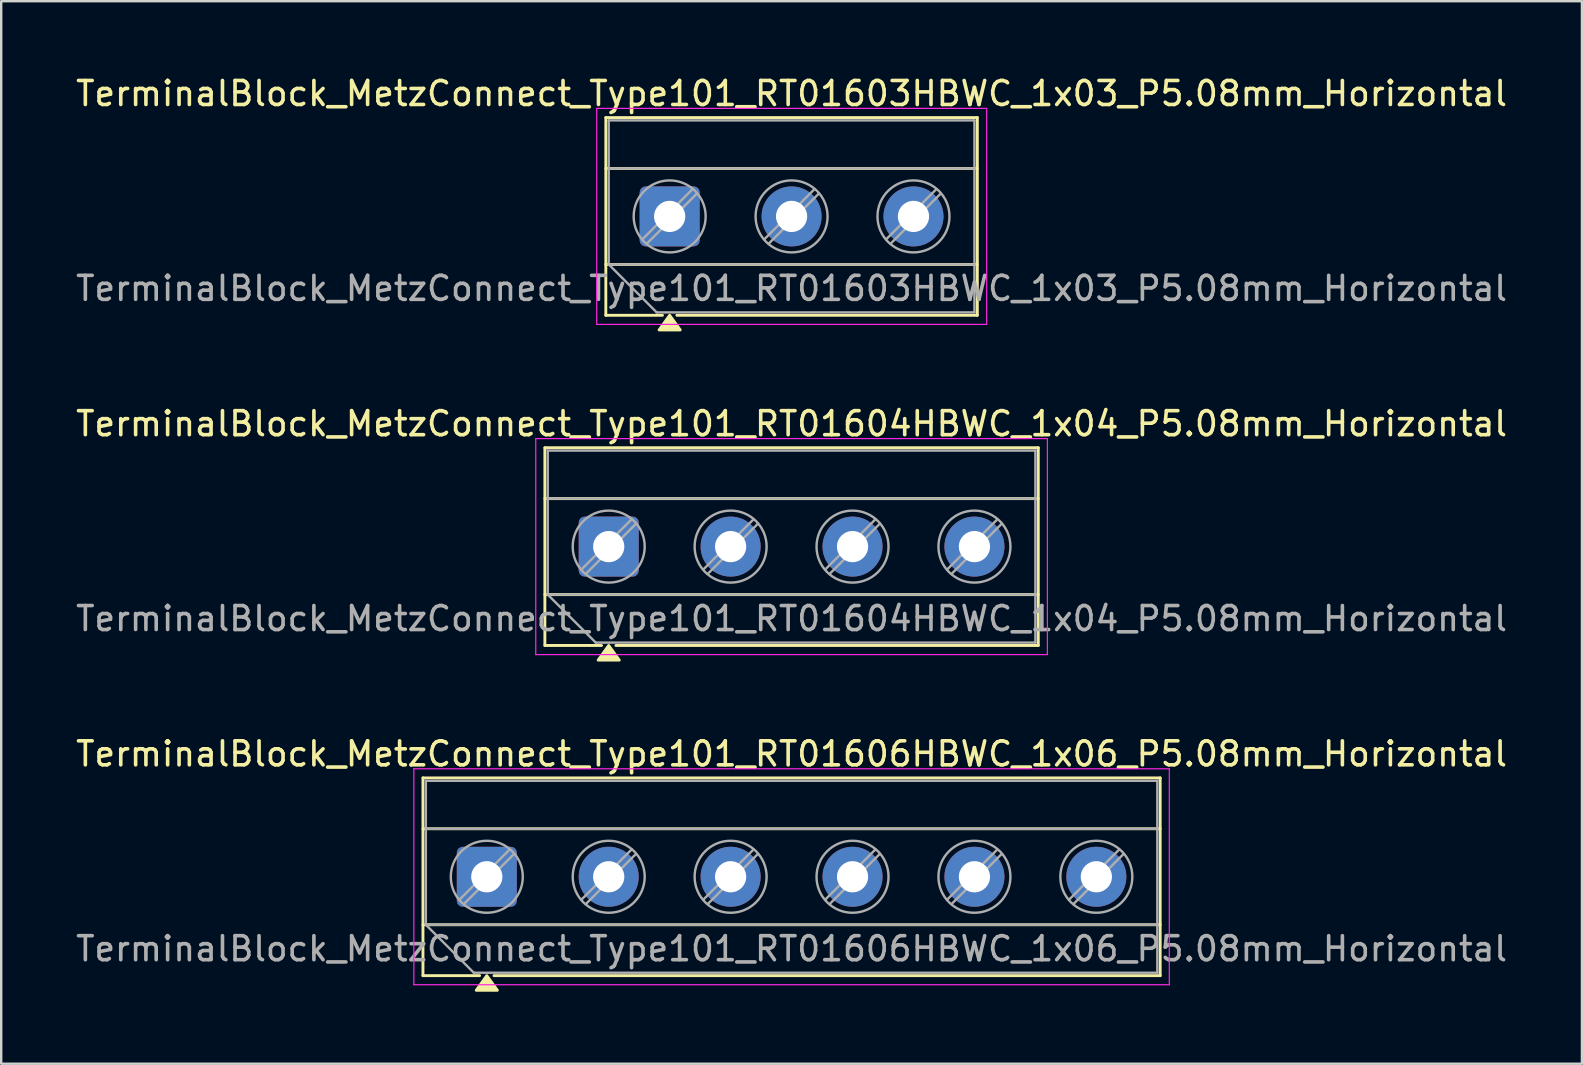
<source format=kicad_pcb>
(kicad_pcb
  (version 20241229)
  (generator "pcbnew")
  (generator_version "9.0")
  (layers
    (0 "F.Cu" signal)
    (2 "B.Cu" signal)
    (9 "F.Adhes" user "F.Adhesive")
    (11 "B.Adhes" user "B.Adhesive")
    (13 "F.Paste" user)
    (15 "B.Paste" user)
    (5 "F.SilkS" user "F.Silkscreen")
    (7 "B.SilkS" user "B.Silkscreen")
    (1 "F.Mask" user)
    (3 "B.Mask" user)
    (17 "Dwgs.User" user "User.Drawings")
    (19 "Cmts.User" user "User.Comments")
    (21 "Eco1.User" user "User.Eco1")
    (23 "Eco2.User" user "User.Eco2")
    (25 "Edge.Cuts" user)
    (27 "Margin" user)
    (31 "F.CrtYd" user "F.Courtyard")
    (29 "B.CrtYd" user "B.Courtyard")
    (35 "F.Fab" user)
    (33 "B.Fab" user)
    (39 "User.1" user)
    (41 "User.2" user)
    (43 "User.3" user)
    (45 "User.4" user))
  (footprint "TerminalBlock_MetzConnect_Type101_RT01604HBWC_1x04_P5.08mm_Horizontal"
    (layer "F.Cu")
    (at 22.315 19.727)
    (property "Reference" "TerminalBlock_MetzConnect_Type101_RT01604HBWC_1x04_P5.08mm_Horizontal" (at 7.62 -5.12 0) (layer "F.SilkS") (effects (font (size 1 1) (thickness 0.15))))
    (attr through_hole)
    (fp_line (start -2.66 -4.12) (end -2.66 4.12) (stroke (width 0.12) (type solid)) (layer "F.SilkS"))
    (fp_line (start -2.66 -4.12) (end 17.9 -4.12) (stroke (width 0.12) (type solid)) (layer "F.SilkS"))
    (fp_line (start -2.66 -2) (end 17.9 -2) (stroke (width 0.12) (type solid)) (layer "F.SilkS"))
    (fp_line (start -2.66 2) (end 17.9 2) (stroke (width 0.12) (type solid)) (layer "F.SilkS"))
    (fp_line (start -2.66 4.12) (end -0.3 4.12) (stroke (width 0.12) (type solid)) (layer "F.SilkS"))
    (fp_line (start 0.3 4.12) (end 17.9 4.12) (stroke (width 0.12) (type solid)) (layer "F.SilkS"))
    (fp_line (start 17.9 -4.12) (end 17.9 4.12) (stroke (width 0.12) (type solid)) (layer "F.SilkS"))
    (fp_poly (pts (xy 0 4.12) (xy 0.44 4.73) (xy -0.44 4.73)) (stroke (width 0.12) (type solid)) (fill yes) (layer "F.SilkS"))
    (fp_line (start -3.04 -4.5) (end -3.04 4.5) (stroke (width 0.05) (type solid)) (layer "F.CrtYd"))
    (fp_line (start -3.04 4.5) (end 18.28 4.5) (stroke (width 0.05) (type solid)) (layer "F.CrtYd"))
    (fp_line (start 18.28 -4.5) (end -3.04 -4.5) (stroke (width 0.05) (type solid)) (layer "F.CrtYd"))
    (fp_line (start 18.28 4.5) (end 18.28 -4.5) (stroke (width 0.05) (type solid)) (layer "F.CrtYd"))
    (fp_line (start -2.54 -4) (end 17.78 -4) (stroke (width 0.1) (type solid)) (layer "F.Fab"))
    (fp_line (start -2.54 -2) (end 17.78 -2) (stroke (width 0.1) (type solid)) (layer "F.Fab"))
    (fp_line (start -2.54 2) (end -2.54 -4) (stroke (width 0.1) (type solid)) (layer "F.Fab"))
    (fp_line (start -2.54 2) (end 17.78 2) (stroke (width 0.1) (type solid)) (layer "F.Fab"))
    (fp_line (start -0.54 4) (end -2.54 2) (stroke (width 0.1) (type solid)) (layer "F.Fab"))
    (fp_line (start 0.955 -1.138) (end -1.138 0.954) (stroke (width 0.1) (type solid)) (layer "F.Fab"))
    (fp_line (start 1.138 -0.954) (end -0.955 1.137) (stroke (width 0.1) (type solid)) (layer "F.Fab"))
    (fp_line (start 6.035 -1.138) (end 3.942 0.954) (stroke (width 0.1) (type solid)) (layer "F.Fab"))
    (fp_line (start 6.218 -0.954) (end 4.125 1.137) (stroke (width 0.1) (type solid)) (layer "F.Fab"))
    (fp_line (start 11.115 -1.138) (end 9.022 0.954) (stroke (width 0.1) (type solid)) (layer "F.Fab"))
    (fp_line (start 11.298 -0.954) (end 9.205 1.137) (stroke (width 0.1) (type solid)) (layer "F.Fab"))
    (fp_line (start 16.195 -1.138) (end 14.102 0.954) (stroke (width 0.1) (type solid)) (layer "F.Fab"))
    (fp_line (start 16.378 -0.954) (end 14.285 1.137) (stroke (width 0.1) (type solid)) (layer "F.Fab"))
    (fp_line (start 17.78 -4) (end 17.78 4) (stroke (width 0.1) (type solid)) (layer "F.Fab"))
    (fp_line (start 17.78 4) (end -0.54 4) (stroke (width 0.1) (type solid)) (layer "F.Fab"))
    (fp_circle (center 0 0) (end 1.5 0) (stroke (width 0.1) (type solid)) (fill no) (layer "F.Fab"))
    (fp_circle (center 5.08 0) (end 6.58 0) (stroke (width 0.1) (type solid)) (fill no) (layer "F.Fab"))
    (fp_circle (center 10.16 0) (end 11.66 0) (stroke (width 0.1) (type solid)) (fill no) (layer "F.Fab"))
    (fp_circle (center 15.24 0) (end 16.74 0) (stroke (width 0.1) (type solid)) (fill no) (layer "F.Fab"))
    (fp_text user "${REFERENCE}" (at 7.62 3 0) (layer "F.Fab") (effects (font (size 1 1) (thickness 0.15))))
    (pad "1" thru_hole roundrect (at 0 0) (size 2.5 2.5) (drill 1.3) (layers "*.Cu" "*.Mask") (roundrect_rratio 0.1))
    (pad "2" thru_hole circle (at 5.08 0) (size 2.5 2.5) (drill 1.3) (layers "*.Cu" "*.Mask"))
    (pad "3" thru_hole circle (at 10.16 0) (size 2.5 2.5) (drill 1.3) (layers "*.Cu" "*.Mask"))
    (pad "4" thru_hole circle (at 15.24 0) (size 2.5 2.5) (drill 1.3) (layers "*.Cu" "*.Mask")))
  (footprint "TerminalBlock_MetzConnect_Type101_RT01606HBWC_1x06_P5.08mm_Horizontal"
    (layer "F.Cu")
    (at 17.235 33.485)
    (property "Reference" "TerminalBlock_MetzConnect_Type101_RT01606HBWC_1x06_P5.08mm_Horizontal" (at 12.7 -5.12 0) (layer "F.SilkS") (effects (font (size 1 1) (thickness 0.15))))
    (attr through_hole)
    (fp_line (start -2.66 -4.12) (end -2.66 4.12) (stroke (width 0.12) (type solid)) (layer "F.SilkS"))
    (fp_line (start -2.66 -4.12) (end 28.06 -4.12) (stroke (width 0.12) (type solid)) (layer "F.SilkS"))
    (fp_line (start -2.66 -2) (end 28.06 -2) (stroke (width 0.12) (type solid)) (layer "F.SilkS"))
    (fp_line (start -2.66 2) (end 28.06 2) (stroke (width 0.12) (type solid)) (layer "F.SilkS"))
    (fp_line (start -2.66 4.12) (end -0.3 4.12) (stroke (width 0.12) (type solid)) (layer "F.SilkS"))
    (fp_line (start 0.3 4.12) (end 28.06 4.12) (stroke (width 0.12) (type solid)) (layer "F.SilkS"))
    (fp_line (start 28.06 -4.12) (end 28.06 4.12) (stroke (width 0.12) (type solid)) (layer "F.SilkS"))
    (fp_poly (pts (xy 0 4.12) (xy 0.44 4.73) (xy -0.44 4.73)) (stroke (width 0.12) (type solid)) (fill yes) (layer "F.SilkS"))
    (fp_line (start -3.04 -4.5) (end -3.04 4.5) (stroke (width 0.05) (type solid)) (layer "F.CrtYd"))
    (fp_line (start -3.04 4.5) (end 28.44 4.5) (stroke (width 0.05) (type solid)) (layer "F.CrtYd"))
    (fp_line (start 28.44 -4.5) (end -3.04 -4.5) (stroke (width 0.05) (type solid)) (layer "F.CrtYd"))
    (fp_line (start 28.44 4.5) (end 28.44 -4.5) (stroke (width 0.05) (type solid)) (layer "F.CrtYd"))
    (fp_line (start -2.54 -4) (end 27.94 -4) (stroke (width 0.1) (type solid)) (layer "F.Fab"))
    (fp_line (start -2.54 -2) (end 27.94 -2) (stroke (width 0.1) (type solid)) (layer "F.Fab"))
    (fp_line (start -2.54 2) (end -2.54 -4) (stroke (width 0.1) (type solid)) (layer "F.Fab"))
    (fp_line (start -2.54 2) (end 27.94 2) (stroke (width 0.1) (type solid)) (layer "F.Fab"))
    (fp_line (start -0.54 4) (end -2.54 2) (stroke (width 0.1) (type solid)) (layer "F.Fab"))
    (fp_line (start 0.955 -1.138) (end -1.138 0.954) (stroke (width 0.1) (type solid)) (layer "F.Fab"))
    (fp_line (start 1.138 -0.954) (end -0.955 1.137) (stroke (width 0.1) (type solid)) (layer "F.Fab"))
    (fp_line (start 6.035 -1.138) (end 3.942 0.954) (stroke (width 0.1) (type solid)) (layer "F.Fab"))
    (fp_line (start 6.218 -0.954) (end 4.125 1.137) (stroke (width 0.1) (type solid)) (layer "F.Fab"))
    (fp_line (start 11.115 -1.138) (end 9.022 0.954) (stroke (width 0.1) (type solid)) (layer "F.Fab"))
    (fp_line (start 11.298 -0.954) (end 9.205 1.137) (stroke (width 0.1) (type solid)) (layer "F.Fab"))
    (fp_line (start 16.195 -1.138) (end 14.102 0.954) (stroke (width 0.1) (type solid)) (layer "F.Fab"))
    (fp_line (start 16.378 -0.954) (end 14.285 1.137) (stroke (width 0.1) (type solid)) (layer "F.Fab"))
    (fp_line (start 21.275 -1.138) (end 19.182 0.954) (stroke (width 0.1) (type solid)) (layer "F.Fab"))
    (fp_line (start 21.458 -0.954) (end 19.365 1.137) (stroke (width 0.1) (type solid)) (layer "F.Fab"))
    (fp_line (start 26.355 -1.138) (end 24.262 0.954) (stroke (width 0.1) (type solid)) (layer "F.Fab"))
    (fp_line (start 26.538 -0.954) (end 24.445 1.137) (stroke (width 0.1) (type solid)) (layer "F.Fab"))
    (fp_line (start 27.94 -4) (end 27.94 4) (stroke (width 0.1) (type solid)) (layer "F.Fab"))
    (fp_line (start 27.94 4) (end -0.54 4) (stroke (width 0.1) (type solid)) (layer "F.Fab"))
    (fp_circle (center 0 0) (end 1.5 0) (stroke (width 0.1) (type solid)) (fill no) (layer "F.Fab"))
    (fp_circle (center 5.08 0) (end 6.58 0) (stroke (width 0.1) (type solid)) (fill no) (layer "F.Fab"))
    (fp_circle (center 10.16 0) (end 11.66 0) (stroke (width 0.1) (type solid)) (fill no) (layer "F.Fab"))
    (fp_circle (center 15.24 0) (end 16.74 0) (stroke (width 0.1) (type solid)) (fill no) (layer "F.Fab"))
    (fp_circle (center 20.32 0) (end 21.82 0) (stroke (width 0.1) (type solid)) (fill no) (layer "F.Fab"))
    (fp_circle (center 25.4 0) (end 26.9 0) (stroke (width 0.1) (type solid)) (fill no) (layer "F.Fab"))
    (fp_text user "${REFERENCE}" (at 12.7 3 0) (layer "F.Fab") (effects (font (size 1 1) (thickness 0.15))))
    (pad "1" thru_hole roundrect (at 0 0) (size 2.5 2.5) (drill 1.3) (layers "*.Cu" "*.Mask") (roundrect_rratio 0.1))
    (pad "2" thru_hole circle (at 5.08 0) (size 2.5 2.5) (drill 1.3) (layers "*.Cu" "*.Mask"))
    (pad "3" thru_hole circle (at 10.16 0) (size 2.5 2.5) (drill 1.3) (layers "*.Cu" "*.Mask"))
    (pad "4" thru_hole circle (at 15.24 0) (size 2.5 2.5) (drill 1.3) (layers "*.Cu" "*.Mask"))
    (pad "5" thru_hole circle (at 20.32 0) (size 2.5 2.5) (drill 1.3) (layers "*.Cu" "*.Mask"))
    (pad "6" thru_hole circle (at 25.4 0) (size 2.5 2.5) (drill 1.3) (layers "*.Cu" "*.Mask")))
  (footprint "TerminalBlock_MetzConnect_Type101_RT01603HBWC_1x03_P5.08mm_Horizontal"
    (layer "F.Cu")
    (at 24.855 5.968)
    (property "Reference" "TerminalBlock_MetzConnect_Type101_RT01603HBWC_1x03_P5.08mm_Horizontal" (at 5.08 -5.12 0) (layer "F.SilkS") (effects (font (size 1 1) (thickness 0.15))))
    (attr through_hole)
    (fp_line (start -2.66 -4.12) (end -2.66 4.12) (stroke (width 0.12) (type solid)) (layer "F.SilkS"))
    (fp_line (start -2.66 -4.12) (end 12.82 -4.12) (stroke (width 0.12) (type solid)) (layer "F.SilkS"))
    (fp_line (start -2.66 -2) (end 12.82 -2) (stroke (width 0.12) (type solid)) (layer "F.SilkS"))
    (fp_line (start -2.66 2) (end 12.82 2) (stroke (width 0.12) (type solid)) (layer "F.SilkS"))
    (fp_line (start -2.66 4.12) (end -0.3 4.12) (stroke (width 0.12) (type solid)) (layer "F.SilkS"))
    (fp_line (start 0.3 4.12) (end 12.82 4.12) (stroke (width 0.12) (type solid)) (layer "F.SilkS"))
    (fp_line (start 12.82 -4.12) (end 12.82 4.12) (stroke (width 0.12) (type solid)) (layer "F.SilkS"))
    (fp_poly (pts (xy 0 4.12) (xy 0.44 4.73) (xy -0.44 4.73)) (stroke (width 0.12) (type solid)) (fill yes) (layer "F.SilkS"))
    (fp_line (start -3.04 -4.5) (end -3.04 4.5) (stroke (width 0.05) (type solid)) (layer "F.CrtYd"))
    (fp_line (start -3.04 4.5) (end 13.21 4.5) (stroke (width 0.05) (type solid)) (layer "F.CrtYd"))
    (fp_line (start 13.21 -4.5) (end -3.04 -4.5) (stroke (width 0.05) (type solid)) (layer "F.CrtYd"))
    (fp_line (start 13.21 4.5) (end 13.21 -4.5) (stroke (width 0.05) (type solid)) (layer "F.CrtYd"))
    (fp_line (start -2.54 -4) (end 12.7 -4) (stroke (width 0.1) (type solid)) (layer "F.Fab"))
    (fp_line (start -2.54 -2) (end 12.7 -2) (stroke (width 0.1) (type solid)) (layer "F.Fab"))
    (fp_line (start -2.54 2) (end -2.54 -4) (stroke (width 0.1) (type solid)) (layer "F.Fab"))
    (fp_line (start -2.54 2) (end 12.7 2) (stroke (width 0.1) (type solid)) (layer "F.Fab"))
    (fp_line (start -0.54 4) (end -2.54 2) (stroke (width 0.1) (type solid)) (layer "F.Fab"))
    (fp_line (start 0.955 -1.138) (end -1.138 0.954) (stroke (width 0.1) (type solid)) (layer "F.Fab"))
    (fp_line (start 1.138 -0.954) (end -0.955 1.137) (stroke (width 0.1) (type solid)) (layer "F.Fab"))
    (fp_line (start 6.035 -1.138) (end 3.942 0.954) (stroke (width 0.1) (type solid)) (layer "F.Fab"))
    (fp_line (start 6.218 -0.954) (end 4.125 1.137) (stroke (width 0.1) (type solid)) (layer "F.Fab"))
    (fp_line (start 11.115 -1.138) (end 9.022 0.954) (stroke (width 0.1) (type solid)) (layer "F.Fab"))
    (fp_line (start 11.298 -0.954) (end 9.205 1.137) (stroke (width 0.1) (type solid)) (layer "F.Fab"))
    (fp_line (start 12.7 -4) (end 12.7 4) (stroke (width 0.1) (type solid)) (layer "F.Fab"))
    (fp_line (start 12.7 4) (end -0.54 4) (stroke (width 0.1) (type solid)) (layer "F.Fab"))
    (fp_circle (center 0 0) (end 1.5 0) (stroke (width 0.1) (type solid)) (fill no) (layer "F.Fab"))
    (fp_circle (center 5.08 0) (end 6.58 0) (stroke (width 0.1) (type solid)) (fill no) (layer "F.Fab"))
    (fp_circle (center 10.16 0) (end 11.66 0) (stroke (width 0.1) (type solid)) (fill no) (layer "F.Fab"))
    (fp_text user "${REFERENCE}" (at 5.08 3 0) (layer "F.Fab") (effects (font (size 1 1) (thickness 0.15))))
    (pad "1" thru_hole roundrect (at 0 0) (size 2.5 2.5) (drill 1.3) (layers "*.Cu" "*.Mask") (roundrect_rratio 0.1))
    (pad "2" thru_hole circle (at 5.08 0) (size 2.5 2.5) (drill 1.3) (layers "*.Cu" "*.Mask"))
    (pad "3" thru_hole circle (at 10.16 0) (size 2.5 2.5) (drill 1.3) (layers "*.Cu" "*.Mask")))
  (gr_rect
    (start -3 -3)
    (end 62.869 41.275)
    (stroke (width 0.1) (type default))
    (fill no)
    (layer "Edge.Cuts")))
</source>
